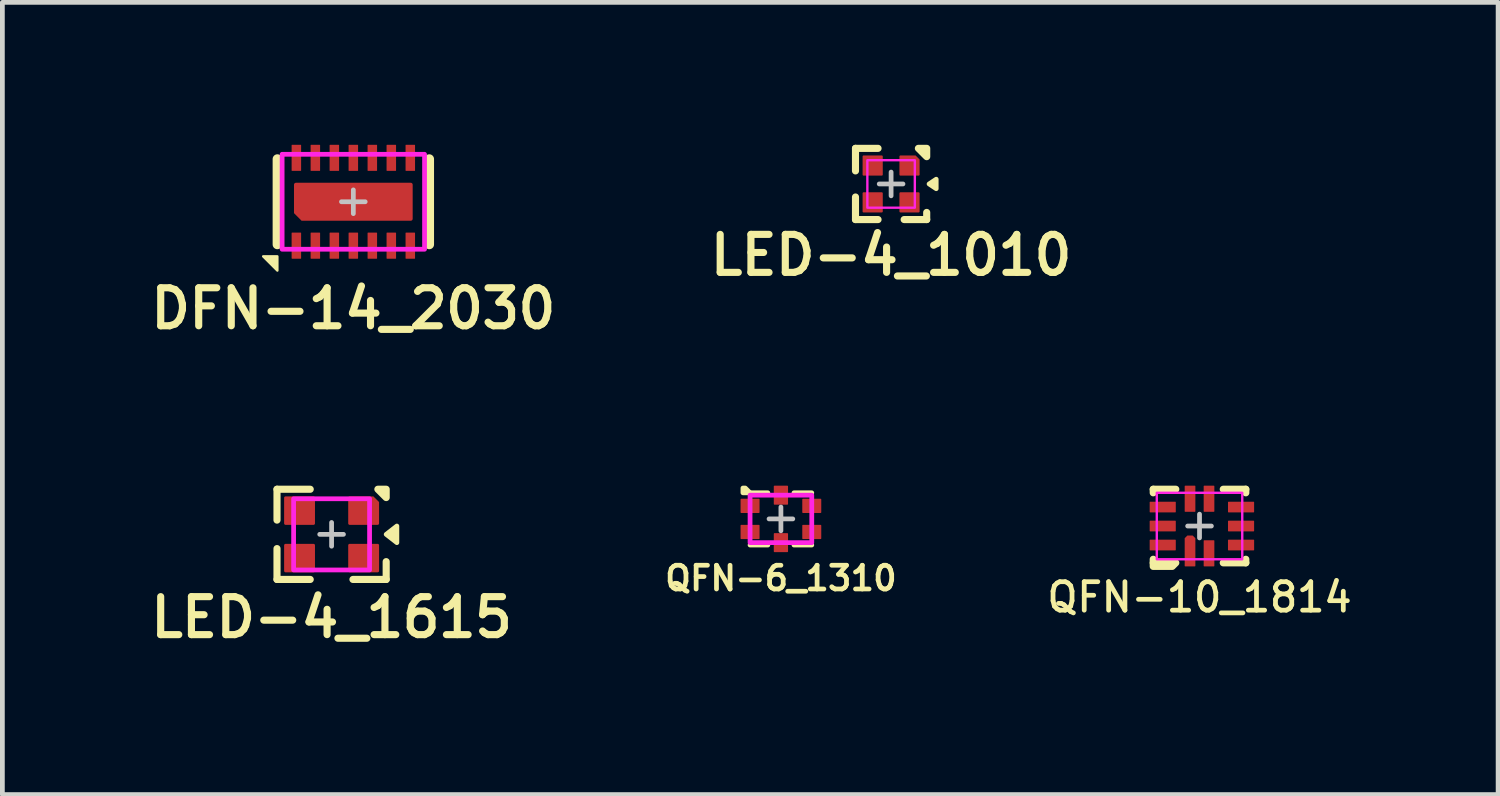
<source format=kicad_pcb>
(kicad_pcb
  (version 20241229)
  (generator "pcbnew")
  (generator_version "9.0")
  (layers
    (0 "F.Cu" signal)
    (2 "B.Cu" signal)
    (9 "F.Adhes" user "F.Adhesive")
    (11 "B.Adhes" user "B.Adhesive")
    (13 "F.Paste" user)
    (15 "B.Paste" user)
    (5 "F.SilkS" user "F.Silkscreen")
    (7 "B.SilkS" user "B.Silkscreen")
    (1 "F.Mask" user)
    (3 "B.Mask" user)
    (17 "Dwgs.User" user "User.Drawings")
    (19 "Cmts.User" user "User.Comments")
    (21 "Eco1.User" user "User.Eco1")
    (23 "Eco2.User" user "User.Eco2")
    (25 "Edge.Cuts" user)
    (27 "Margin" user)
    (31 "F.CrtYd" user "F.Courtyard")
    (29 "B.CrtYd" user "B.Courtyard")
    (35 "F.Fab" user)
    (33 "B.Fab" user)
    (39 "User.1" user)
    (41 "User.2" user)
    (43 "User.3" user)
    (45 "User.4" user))
  (footprint "DFN-14_2030"
    (layer "F.Cu")
    (at 4.393 1.2)
    (property "Reference" "DFN-14_2030" (at 0 2.25 0) (unlocked yes) (layer "F.SilkS") (effects (font (size 0.8 0.8) (thickness 0.15))))
    (attr smd)
    (fp_line (start -1.6 -0.9) (end -1.6 0.9) (stroke (width 0.2) (type solid)) (layer "F.SilkS"))
    (fp_line (start 1.6 -0.9) (end 1.6 0.9) (stroke (width 0.2) (type solid)) (layer "F.SilkS"))
    (fp_poly (pts (xy -1.9 1.15) (xy -1.6 1.15) (xy -1.6 1.45)) (stroke (width 0.05) (type solid)) (fill yes) (layer "F.SilkS"))
    (fp_rect (start 0.15 0.275) (end 1.125 -0.275) (stroke (width 0) (type solid)) (fill yes) (layer "F.Paste"))
    (fp_poly (pts (xy -0.15 0.275) (xy -1.025 0.275) (xy -1.125 0.175) (xy -1.125 -0.275) (xy -0.15 -0.275)) (stroke (width 0) (type solid)) (fill yes) (layer "F.Paste"))
    (fp_line (start -0.25 0) (end 0.25 0) (stroke (width 0.1) (type solid)) (layer "Dwgs.User"))
    (fp_line (start 0 0.25) (end 0 -0.25) (stroke (width 0.1) (type solid)) (layer "Dwgs.User"))
    (fp_rect (start -1.5 1) (end 1.5 -1) (stroke (width 0.1) (type solid)) (fill no) (layer "F.CrtYd"))
    (pad "1" smd roundrect (at -1.2 0.925 90) (size 0.55 0.2) (layers "F.Cu" "F.Mask" "F.Paste") (roundrect_rratio 0.05))
    (pad "2" smd roundrect (at -0.8 0.925 90) (size 0.55 0.2) (layers "F.Cu" "F.Mask" "F.Paste") (roundrect_rratio 0.05))
    (pad "3" smd roundrect (at -0.4 0.925 90) (size 0.55 0.2) (layers "F.Cu" "F.Mask" "F.Paste") (roundrect_rratio 0.05))
    (pad "4" smd roundrect (at 0 0.925 90) (size 0.55 0.2) (layers "F.Cu" "F.Mask" "F.Paste") (roundrect_rratio 0.05))
    (pad "5" smd roundrect (at 0.4 0.925 90) (size 0.55 0.2) (layers "F.Cu" "F.Mask" "F.Paste") (roundrect_rratio 0.05))
    (pad "6" smd roundrect (at 0.8 0.925 90) (size 0.55 0.2) (layers "F.Cu" "F.Mask" "F.Paste") (roundrect_rratio 0.05))
    (pad "7" smd roundrect (at 1.2 0.925 90) (size 0.55 0.2) (layers "F.Cu" "F.Mask" "F.Paste") (roundrect_rratio 0.05))
    (pad "8" smd roundrect (at 1.2 -0.925 90) (size 0.55 0.2) (layers "F.Cu" "F.Mask" "F.Paste") (roundrect_rratio 0.05))
    (pad "9" smd roundrect (at 0.8 -0.925 90) (size 0.55 0.2) (layers "F.Cu" "F.Mask" "F.Paste") (roundrect_rratio 0.05))
    (pad "10" smd roundrect (at 0.4 -0.925 90) (size 0.55 0.2) (layers "F.Cu" "F.Mask" "F.Paste") (roundrect_rratio 0.05))
    (pad "11" smd roundrect (at 0 -0.925 90) (size 0.55 0.2) (layers "F.Cu" "F.Mask" "F.Paste") (roundrect_rratio 0.05))
    (pad "12" smd roundrect (at -0.4 -0.925 90) (size 0.55 0.2) (layers "F.Cu" "F.Mask" "F.Paste") (roundrect_rratio 0.05))
    (pad "13" smd roundrect (at -0.8 -0.925 90) (size 0.55 0.2) (layers "F.Cu" "F.Mask" "F.Paste") (roundrect_rratio 0.05))
    (pad "14" smd roundrect (at -1.2 -0.925 90) (size 0.55 0.2) (layers "F.Cu" "F.Mask" "F.Paste") (roundrect_rratio 0.05))
    (pad "EP" smd roundrect (at 0 0) (size 2.5 0.8) (layers "F.Cu" "F.Mask") (roundrect_rratio 0.05) (chamfer_ratio 0.2) (chamfer bottom_left)))
  (footprint "QFN-10_1814"
    (layer "F.Cu")
    (at 22.218 8.031)
    (property "Reference" "QFN-10_1814" (at 0 1.5 0) (unlocked yes) (layer "F.SilkS") (effects (font (size 0.6 0.6) (thickness 0.1))))
    (attr smd)
    (fp_line (start -0.975 -0.775) (end -0.975 -0.7) (stroke (width 0.15) (type solid)) (layer "F.SilkS"))
    (fp_line (start -0.975 0.775) (end -0.975 0.7) (stroke (width 0.15) (type solid)) (layer "F.SilkS"))
    (fp_line (start -0.5 -0.775) (end -0.975 -0.775) (stroke (width 0.15) (type solid)) (layer "F.SilkS"))
    (fp_line (start 0.5 -0.775) (end 0.975 -0.775) (stroke (width 0.15) (type solid)) (layer "F.SilkS"))
    (fp_line (start 0.5 0.775) (end 0.975 0.775) (stroke (width 0.15) (type solid)) (layer "F.SilkS"))
    (fp_line (start 0.975 -0.775) (end 0.975 -0.7) (stroke (width 0.15) (type solid)) (layer "F.SilkS"))
    (fp_line (start 0.975 0.775) (end 0.975 0.7) (stroke (width 0.15) (type solid)) (layer "F.SilkS"))
    (fp_poly (pts (xy -0.575 0.85) (xy -0.975 0.85) (xy -0.975 0.775) (xy -0.5 0.775)) (stroke (width 0.15) (type solid)) (fill yes) (layer "F.SilkS"))
    (fp_line (start -0.25 0) (end 0.25 0) (stroke (width 0.1) (type solid)) (layer "Dwgs.User"))
    (fp_line (start 0 -0.25) (end 0 0.25) (stroke (width 0.1) (type solid)) (layer "Dwgs.User"))
    (fp_rect (start -0.9 -0.7) (end 0.9 0.7) (stroke (width 0.05) (type solid)) (fill no) (layer "F.CrtYd"))
    (pad "1" smd roundrect (at -0.2 0.525 90) (size 0.65 0.225) (layers "F.Cu" "F.Mask" "F.Paste") (roundrect_rratio 0.05) (chamfer_ratio 0.25) (chamfer top_right bottom_right))
    (pad "2" smd roundrect (at 0.2 0.575 90) (size 0.55 0.225) (layers "F.Cu" "F.Mask" "F.Paste") (roundrect_rratio 0.05))
    (pad "3" smd roundrect (at 0.875 0.4) (size 0.551 0.225) (layers "F.Cu" "F.Mask" "F.Paste") (roundrect_rratio 0.05))
    (pad "4" smd roundrect (at 0.875 0) (size 0.55 0.225) (layers "F.Cu" "F.Mask" "F.Paste") (roundrect_rratio 0.05))
    (pad "5" smd roundrect (at 0.875 -0.4) (size 0.55 0.225) (layers "F.Cu" "F.Mask" "F.Paste") (roundrect_rratio 0.05))
    (pad "6" smd roundrect (at 0.2 -0.575 90) (size 0.55 0.225) (layers "F.Cu" "F.Mask" "F.Paste") (roundrect_rratio 0.05))
    (pad "7" smd roundrect (at -0.2 -0.575 90) (size 0.55 0.225) (layers "F.Cu" "F.Mask" "F.Paste") (roundrect_rratio 0.05))
    (pad "8" smd roundrect (at -0.775 -0.4) (size 0.55 0.225) (layers "F.Cu" "F.Mask" "F.Paste") (roundrect_rratio 0.05))
    (pad "9" smd roundrect (at -0.775 0) (size 0.55 0.225) (layers "F.Cu" "F.Mask" "F.Paste") (roundrect_rratio 0.05))
    (pad "10" smd roundrect (at -0.775 0.4) (size 0.55 0.225) (layers "F.Cu" "F.Mask" "F.Paste") (roundrect_rratio 0.05)))
  (footprint "QFN-6_1310"
    (layer "F.Cu")
    (at 13.4 7.881)
    (property "Reference" "QFN-6_1310" (at 0 1.25 0) (unlocked yes) (layer "F.SilkS") (effects (font (size 0.5 0.5) (thickness 0.1))))
    (attr smd)
    (fp_line (start -0.275 -0.55) (end -0.65 -0.55) (stroke (width 0.1) (type solid)) (layer "F.SilkS"))
    (fp_line (start -0.275 0.55) (end -0.65 0.55) (stroke (width 0.1) (type solid)) (layer "F.SilkS"))
    (fp_line (start 0.65 -0.55) (end 0.275 -0.55) (stroke (width 0.1) (type solid)) (layer "F.SilkS"))
    (fp_line (start 0.65 0.55) (end 0.275 0.55) (stroke (width 0.1) (type solid)) (layer "F.SilkS"))
    (fp_poly (pts (xy -0.65 -0.55) (xy -0.8 -0.55) (xy -0.8 -0.65) (xy -0.75 -0.65)) (stroke (width 0.1) (type solid)) (fill yes) (layer "F.SilkS"))
    (fp_line (start -0.25 0) (end 0.25 0) (stroke (width 0.1) (type solid)) (layer "Dwgs.User"))
    (fp_line (start 0 -0.25) (end 0 0.25) (stroke (width 0.1) (type solid)) (layer "Dwgs.User"))
    (fp_rect (start -0.65 -0.5) (end 0.65 0.5) (stroke (width 0.1) (type solid)) (fill no) (layer "F.CrtYd"))
    (pad "1" smd roundrect (at -0.65 -0.275) (size 0.4 0.3) (layers "F.Cu" "F.Mask" "F.Paste") (roundrect_rratio 0.05))
    (pad "2" smd roundrect (at -0.65 0.275) (size 0.4 0.3) (layers "F.Cu" "F.Mask" "F.Paste") (roundrect_rratio 0.05))
    (pad "3" smd roundrect (at 0 0.5 90) (size 0.4 0.3) (layers "F.Cu" "F.Mask" "F.Paste") (roundrect_rratio 0.05))
    (pad "4" smd roundrect (at 0.65 0.275) (size 0.4 0.3) (layers "F.Cu" "F.Mask" "F.Paste") (roundrect_rratio 0.05))
    (pad "5" smd roundrect (at 0.65 -0.275) (size 0.4 0.3) (layers "F.Cu" "F.Mask" "F.Paste") (roundrect_rratio 0.05))
    (pad "6" smd roundrect (at 0 -0.5 90) (size 0.4 0.3) (layers "F.Cu" "F.Mask" "F.Paste") (roundrect_rratio 0.05)))
  (footprint "LED-4_1010"
    (layer "F.Cu")
    (at 15.721 0.825)
    (property "Reference" "LED-4_1010" (at 0 1.5 0) (layer "F.SilkS") (effects (font (size 0.8 0.8) (thickness 0.15))))
    (attr smd)
    (fp_line (start -0.75 -0.75) (end -0.275 -0.75) (stroke (width 0.15) (type solid)) (layer "F.SilkS"))
    (fp_line (start -0.75 -0.275) (end -0.75 -0.75) (stroke (width 0.15) (type solid)) (layer "F.SilkS"))
    (fp_line (start -0.75 0.75) (end -0.75 0.275) (stroke (width 0.15) (type solid)) (layer "F.SilkS"))
    (fp_line (start -0.275 0.75) (end -0.75 0.75) (stroke (width 0.15) (type solid)) (layer "F.SilkS"))
    (fp_line (start 0.75 0.6) (end 0.75 0.75) (stroke (width 0.15) (type solid)) (layer "F.SilkS"))
    (fp_line (start 0.75 0.75) (end 0.275 0.75) (stroke (width 0.15) (type solid)) (layer "F.SilkS"))
    (fp_poly (pts (xy 0.75 -0.575) (xy 0.75 -0.75) (xy 0.575 -0.75)) (stroke (width 0.15) (type solid)) (fill yes) (layer "F.SilkS"))
    (fp_poly (pts (xy 0.95 0.1) (xy 0.8 0) (xy 0.95 -0.1)) (stroke (width 0.1) (type solid)) (fill yes) (layer "F.SilkS"))
    (fp_line (start -0.25 0) (end 0.25 0) (stroke (width 0.1) (type solid)) (layer "Dwgs.User"))
    (fp_line (start 0 -0.25) (end 0 0.25) (stroke (width 0.1) (type solid)) (layer "Dwgs.User"))
    (fp_rect (start -0.5 -0.5) (end 0.5 0.5) (stroke (width 0.05) (type solid)) (fill no) (layer "F.CrtYd"))
    (pad "1" smd roundrect (at 0.388 -0.388) (size 0.425 0.425) (layers "F.Cu" "F.Mask" "F.Paste") (roundrect_rratio 0.05) (chamfer_ratio 0.2) (chamfer top_right))
    (pad "2" smd roundrect (at -0.388 -0.388) (size 0.425 0.425) (layers "F.Cu" "F.Mask" "F.Paste") (roundrect_rratio 0.05))
    (pad "3" smd roundrect (at -0.388 0.388) (size 0.425 0.425) (layers "F.Cu" "F.Mask" "F.Paste") (roundrect_rratio 0.05))
    (pad "4" smd roundrect (at 0.388 0.388) (size 0.425 0.425) (layers "F.Cu" "F.Mask" "F.Paste") (roundrect_rratio 0.05)))
  (footprint "LED-4_1615"
    (layer "F.Cu")
    (at 3.935 8.206)
    (property "Reference" "LED-4_1615" (at 0 1.75 0) (layer "F.SilkS") (effects (font (size 0.8 0.8) (thickness 0.15))))
    (attr smd)
    (fp_line (start -1.15 -0.95) (end -0.45 -0.95) (stroke (width 0.15) (type solid)) (layer "F.SilkS"))
    (fp_line (start -1.15 -0.3) (end -1.15 -0.95) (stroke (width 0.15) (type solid)) (layer "F.SilkS"))
    (fp_line (start -1.15 0.95) (end -1.15 0.3) (stroke (width 0.15) (type solid)) (layer "F.SilkS"))
    (fp_line (start -0.45 0.95) (end -1.15 0.95) (stroke (width 0.15) (type solid)) (layer "F.SilkS"))
    (fp_line (start 1.15 0.95) (end 0.45 0.95) (stroke (width 0.15) (type solid)) (layer "F.SilkS"))
    (fp_line (start 1.15 0.95) (end 1.15 0.575) (stroke (width 0.15) (type solid)) (layer "F.SilkS"))
    (fp_poly (pts (xy 1.15 -0.775) (xy 1.15 -0.95) (xy 0.975 -0.95)) (stroke (width 0.15) (type solid)) (fill yes) (layer "F.SilkS"))
    (fp_poly (pts (xy 1.375 0.175) (xy 1.15 0) (xy 1.375 -0.175)) (stroke (width 0.1) (type solid)) (fill yes) (layer "F.SilkS"))
    (fp_line (start -0.25 0) (end 0.25 0) (stroke (width 0.1) (type solid)) (layer "Dwgs.User"))
    (fp_line (start 0 -0.25) (end 0 0.25) (stroke (width 0.1) (type solid)) (layer "Dwgs.User"))
    (fp_rect (start -0.8 -0.75) (end 0.8 0.75) (stroke (width 0.1) (type solid)) (fill no) (layer "F.CrtYd"))
    (pad "1" smd roundrect (at 0.675 -0.5) (size 0.65 0.6) (layers "F.Cu" "F.Mask" "F.Paste") (roundrect_rratio 0.05) (chamfer_ratio 0.2) (chamfer top_right))
    (pad "2" smd roundrect (at -0.675 -0.5) (size 0.65 0.6) (layers "F.Cu" "F.Mask" "F.Paste") (roundrect_rratio 0.05))
    (pad "3" smd roundrect (at -0.675 0.5) (size 0.65 0.6) (layers "F.Cu" "F.Mask" "F.Paste") (roundrect_rratio 0.05))
    (pad "4" smd roundrect (at 0.675 0.5) (size 0.65 0.6) (layers "F.Cu" "F.Mask" "F.Paste") (roundrect_rratio 0.05)))
  (gr_rect
    (start -3 -3)
    (end 28.508 13.688)
    (stroke (width 0.1) (type default))
    (fill no)
    (layer "Edge.Cuts")))
</source>
